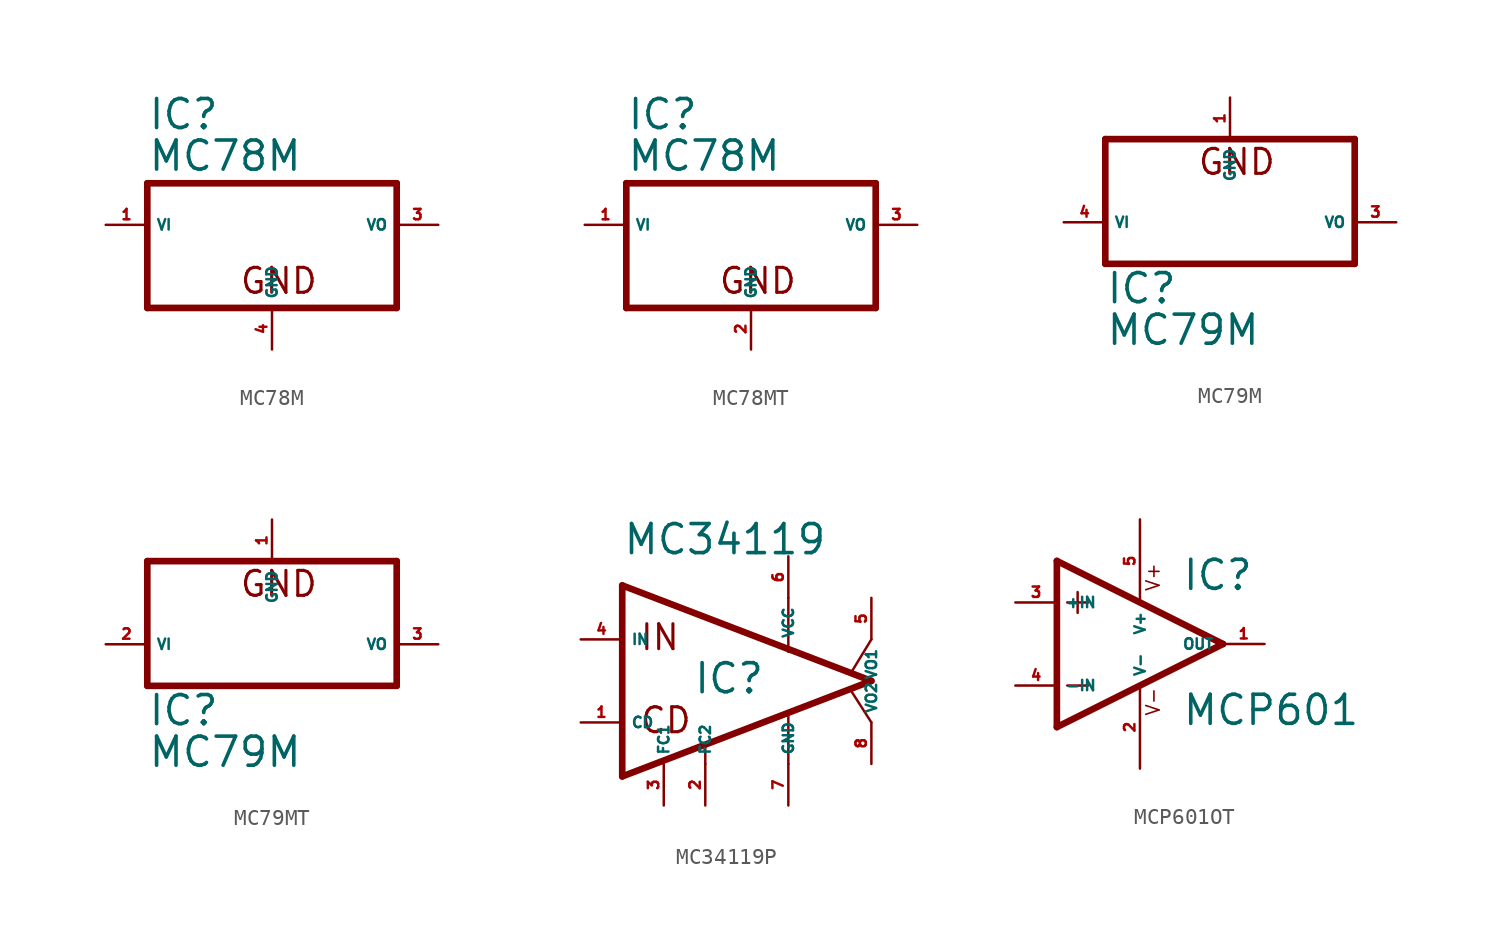
<source format=kicad_sym>
(kicad_symbol_lib
  (version 20220914)
  (generator Eagle2Kicad)
  (symbol "MC78M"
    (property "Reference" "IC"
      (at -7.62 5.715 0)
      (effects (font (size 1.778 1.778) (thickness 0.22)) (justify left bottom)))
    (property "Value" "MC78M"
      (at -7.62 3.175 0)
      (effects (font (size 1.778 1.778) (thickness 0.22)) (justify left bottom)))
    (polyline
      (pts (xy -7.62 -5.08) (xy 7.62 -5.08))
      (stroke (width 0.406) (type default))
      (fill (type none)))
    (polyline
      (pts (xy 7.62 -5.08) (xy 7.62 2.54))
      (stroke (width 0.406) (type default))
      (fill (type none)))
    (polyline
      (pts (xy 7.62 2.54) (xy -7.62 2.54))
      (stroke (width 0.406) (type default))
      (fill (type none)))
    (polyline
      (pts (xy -7.62 2.54) (xy -7.62 -5.08))
      (stroke (width 0.406) (type default))
      (fill (type none)))
    (text "GND"
      (at -2.032 -4.318 0)
      (effects (font (size 1.524 1.524) (thickness 0.19)) (justify left bottom)))
    (pin input line
      (at -10.16 0 0)
      (length 2.54)
      (name "VI" (effects (font (size 0.635 0.635) (thickness 0.08)) (justify left bottom)))
      (number "1" (effects (font (size 0.635 0.635) (thickness 0.08)) (justify left bottom))))
    (pin passive line
      (at 0 -7.62 90)
      (length 2.54)
      (name "GND" (effects (font (size 0.635 0.635) (thickness 0.08)) (justify left bottom)))
      (number "4" (effects (font (size 0.635 0.635) (thickness 0.08)) (justify left bottom))))
    (pin passive line
      (at 10.16 0 180)
      (length 2.54)
      (name "VO" (effects (font (size 0.635 0.635) (thickness 0.08)) (justify left bottom)))
      (number "3" (effects (font (size 0.635 0.635) (thickness 0.08)) (justify left bottom)))))
  (symbol "MC78MT"
    (property "Reference" "IC"
      (at -7.62 5.715 0)
      (effects (font (size 1.778 1.778) (thickness 0.22)) (justify left bottom)))
    (property "Value" "MC78M"
      (at -7.62 3.175 0)
      (effects (font (size 1.778 1.778) (thickness 0.22)) (justify left bottom)))
    (polyline
      (pts (xy -7.62 -5.08) (xy 7.62 -5.08))
      (stroke (width 0.406) (type default))
      (fill (type none)))
    (polyline
      (pts (xy 7.62 -5.08) (xy 7.62 2.54))
      (stroke (width 0.406) (type default))
      (fill (type none)))
    (polyline
      (pts (xy 7.62 2.54) (xy -7.62 2.54))
      (stroke (width 0.406) (type default))
      (fill (type none)))
    (polyline
      (pts (xy -7.62 2.54) (xy -7.62 -5.08))
      (stroke (width 0.406) (type default))
      (fill (type none)))
    (text "GND"
      (at -2.032 -4.318 0)
      (effects (font (size 1.524 1.524) (thickness 0.19)) (justify left bottom)))
    (pin input line
      (at -10.16 0 0)
      (length 2.54)
      (name "VI" (effects (font (size 0.635 0.635) (thickness 0.08)) (justify left bottom)))
      (number "1" (effects (font (size 0.635 0.635) (thickness 0.08)) (justify left bottom))))
    (pin passive line
      (at 0 -7.62 90)
      (length 2.54)
      (name "GND" (effects (font (size 0.635 0.635) (thickness 0.08)) (justify left bottom)))
      (number "2" (effects (font (size 0.635 0.635) (thickness 0.08)) (justify left bottom))))
    (pin passive line
      (at 10.16 0 180)
      (length 2.54)
      (name "VO" (effects (font (size 0.635 0.635) (thickness 0.08)) (justify left bottom)))
      (number "3" (effects (font (size 0.635 0.635) (thickness 0.08)) (justify left bottom)))))
  (symbol "MC79M"
    (property "Reference" "IC"
      (at -7.62 -7.62 0)
      (effects (font (size 1.778 1.778) (thickness 0.22)) (justify left bottom)))
    (property "Value" "MC79M"
      (at -7.62 -10.16 0)
      (effects (font (size 1.778 1.778) (thickness 0.22)) (justify left bottom)))
    (polyline
      (pts (xy -7.62 -5.08) (xy 7.62 -5.08))
      (stroke (width 0.406) (type default))
      (fill (type none)))
    (polyline
      (pts (xy 7.62 -5.08) (xy 7.62 2.54))
      (stroke (width 0.406) (type default))
      (fill (type none)))
    (polyline
      (pts (xy 7.62 2.54) (xy -7.62 2.54))
      (stroke (width 0.406) (type default))
      (fill (type none)))
    (polyline
      (pts (xy -7.62 2.54) (xy -7.62 -5.08))
      (stroke (width 0.406) (type default))
      (fill (type none)))
    (text "GND"
      (at -2.032 0.254 0)
      (effects (font (size 1.524 1.524) (thickness 0.19)) (justify left bottom)))
    (pin input line
      (at -10.16 -2.54 0)
      (length 2.54)
      (name "VI" (effects (font (size 0.635 0.635) (thickness 0.08)) (justify left bottom)))
      (number "4" (effects (font (size 0.635 0.635) (thickness 0.08)) (justify left bottom))))
    (pin passive line
      (at 0 5.08 270)
      (length 2.54)
      (name "GND" (effects (font (size 0.635 0.635) (thickness 0.08)) (justify left bottom)))
      (number "1" (effects (font (size 0.635 0.635) (thickness 0.08)) (justify left bottom))))
    (pin passive line
      (at 10.16 -2.54 180)
      (length 2.54)
      (name "VO" (effects (font (size 0.635 0.635) (thickness 0.08)) (justify left bottom)))
      (number "3" (effects (font (size 0.635 0.635) (thickness 0.08)) (justify left bottom)))))
  (symbol "MC79MT"
    (property "Reference" "IC"
      (at -7.62 -7.62 0)
      (effects (font (size 1.778 1.778) (thickness 0.22)) (justify left bottom)))
    (property "Value" "MC79M"
      (at -7.62 -10.16 0)
      (effects (font (size 1.778 1.778) (thickness 0.22)) (justify left bottom)))
    (polyline
      (pts (xy -7.62 -5.08) (xy 7.62 -5.08))
      (stroke (width 0.406) (type default))
      (fill (type none)))
    (polyline
      (pts (xy 7.62 -5.08) (xy 7.62 2.54))
      (stroke (width 0.406) (type default))
      (fill (type none)))
    (polyline
      (pts (xy 7.62 2.54) (xy -7.62 2.54))
      (stroke (width 0.406) (type default))
      (fill (type none)))
    (polyline
      (pts (xy -7.62 2.54) (xy -7.62 -5.08))
      (stroke (width 0.406) (type default))
      (fill (type none)))
    (text "GND"
      (at -2.032 0.254 0)
      (effects (font (size 1.524 1.524) (thickness 0.19)) (justify left bottom)))
    (pin input line
      (at -10.16 -2.54 0)
      (length 2.54)
      (name "VI" (effects (font (size 0.635 0.635) (thickness 0.08)) (justify left bottom)))
      (number "2" (effects (font (size 0.635 0.635) (thickness 0.08)) (justify left bottom))))
    (pin passive line
      (at 0 5.08 270)
      (length 2.54)
      (name "GND" (effects (font (size 0.635 0.635) (thickness 0.08)) (justify left bottom)))
      (number "1" (effects (font (size 0.635 0.635) (thickness 0.08)) (justify left bottom))))
    (pin passive line
      (at 10.16 -2.54 180)
      (length 2.54)
      (name "VO" (effects (font (size 0.635 0.635) (thickness 0.08)) (justify left bottom)))
      (number "3" (effects (font (size 0.635 0.635) (thickness 0.08)) (justify left bottom)))))
  (symbol "MC34119P"
    (property "Reference" "IC"
      (at -3.302 -0.889 0)
      (effects (font (size 1.778 1.778) (thickness 0.22)) (justify left bottom)))
    (property "Value" "MC34119"
      (at -7.62 7.62 0)
      (effects (font (size 1.778 1.778) (thickness 0.22)) (justify left bottom)))
    (polyline
      (pts (xy -7.62 5.842) (xy -7.62 -5.842))
      (stroke (width 0.406) (type default))
      (fill (type none)))
    (polyline
      (pts (xy -7.62 5.842) (xy 7.62 0))
      (stroke (width 0.406) (type default))
      (fill (type none)))
    (polyline
      (pts (xy -2.54 -3.886) (xy -2.54 -5.08))
      (stroke (width 0.152) (type default))
      (fill (type none)))
    (polyline
      (pts (xy -7.62 -5.842) (xy 7.62 0))
      (stroke (width 0.406) (type default))
      (fill (type none)))
    (polyline
      (pts (xy 2.54 -1.854) (xy 2.54 -5.08))
      (stroke (width 0.152) (type default))
      (fill (type none)))
    (polyline
      (pts (xy 7.62 2.54) (xy 6.35 0.457))
      (stroke (width 0.152) (type default))
      (fill (type none)))
    (polyline
      (pts (xy 7.62 -2.54) (xy 6.35 -0.559))
      (stroke (width 0.152) (type default))
      (fill (type none)))
    (polyline
      (pts (xy 2.54 5.08) (xy 2.54 1.778))
      (stroke (width 0.152) (type default))
      (fill (type none)))
    (text "IN"
      (at -6.604 1.778 0)
      (effects (font (size 1.524 1.524) (thickness 0.19)) (justify left bottom)))
    (text "CD"
      (at -6.604 -3.302 0)
      (effects (font (size 1.524 1.524) (thickness 0.19)) (justify left bottom)))
    (pin passive line
      (at -10.16 -2.54 0)
      (length 2.54)
      (name "CD" (effects (font (size 0.635 0.635) (thickness 0.08)) (justify left bottom)))
      (number "1" (effects (font (size 0.635 0.635) (thickness 0.08)) (justify left bottom))))
    (pin passive line
      (at -5.08 -7.62 90)
      (length 2.54)
      (name "FC1" (effects (font (size 0.635 0.635) (thickness 0.08)) (justify left bottom)))
      (number "3" (effects (font (size 0.635 0.635) (thickness 0.08)) (justify left bottom))))
    (pin passive line
      (at -2.54 -7.62 90)
      (length 2.54)
      (name "FC2" (effects (font (size 0.635 0.635) (thickness 0.08)) (justify left bottom)))
      (number "2" (effects (font (size 0.635 0.635) (thickness 0.08)) (justify left bottom))))
    (pin unspecified line
      (at 2.54 -7.62 90)
      (length 2.54)
      (name "GND" (effects (font (size 0.635 0.635) (thickness 0.08)) (justify left bottom)))
      (number "7" (effects (font (size 0.635 0.635) (thickness 0.08)) (justify left bottom))))
    (pin input line
      (at -10.16 2.54 0)
      (length 2.54)
      (name "IN" (effects (font (size 0.635 0.635) (thickness 0.08)) (justify left bottom)))
      (number "4" (effects (font (size 0.635 0.635) (thickness 0.08)) (justify left bottom))))
    (pin unspecified line
      (at 2.54 7.62 270)
      (length 2.54)
      (name "VCC" (effects (font (size 0.635 0.635) (thickness 0.08)) (justify left bottom)))
      (number "6" (effects (font (size 0.635 0.635) (thickness 0.08)) (justify left bottom))))
    (pin output line
      (at 7.62 5.08 270)
      (length 2.54)
      (name "VO1" (effects (font (size 0.635 0.635) (thickness 0.08)) (justify left bottom)))
      (number "5" (effects (font (size 0.635 0.635) (thickness 0.08)) (justify left bottom))))
    (pin output line
      (at 7.62 -5.08 90)
      (length 2.54)
      (name "VO2" (effects (font (size 0.635 0.635) (thickness 0.08)) (justify left bottom)))
      (number "8" (effects (font (size 0.635 0.635) (thickness 0.08)) (justify left bottom)))))
  (symbol "MCP601OT"
    (property "Reference" "IC"
      (at 2.54 3.175 0)
      (effects (font (size 1.778 1.778) (thickness 0.22)) (justify left bottom)))
    (property "Value" "MCP601"
      (at 2.54 -5.08 0)
      (effects (font (size 1.778 1.778) (thickness 0.22)) (justify left bottom)))
    (polyline
      (pts (xy -5.08 5.08) (xy -5.08 -5.08))
      (stroke (width 0.406) (type default))
      (fill (type none)))
    (polyline
      (pts (xy -5.08 -5.08) (xy 5.08 0))
      (stroke (width 0.406) (type default))
      (fill (type none)))
    (polyline
      (pts (xy 5.08 0) (xy -5.08 5.08))
      (stroke (width 0.406) (type default))
      (fill (type none)))
    (polyline
      (pts (xy -3.81 3.175) (xy -3.81 1.905))
      (stroke (width 0.152) (type default))
      (fill (type none)))
    (polyline
      (pts (xy -4.445 2.54) (xy -3.175 2.54))
      (stroke (width 0.152) (type default))
      (fill (type none)))
    (polyline
      (pts (xy -4.445 -2.54) (xy -3.175 -2.54))
      (stroke (width 0.152) (type default))
      (fill (type none)))
    (text "V+"
      (at 1.27 3.175 900)
      (effects (font (size 0.813 0.813) (thickness 0.10)) (justify left bottom)))
    (text "V-"
      (at 1.27 -4.445 900)
      (effects (font (size 0.813 0.813) (thickness 0.10)) (justify left bottom)))
    (pin input line
      (at -7.62 -2.54 0)
      (length 2.54)
      (name "-IN" (effects (font (size 0.635 0.635) (thickness 0.08)) (justify left bottom)))
      (number "4" (effects (font (size 0.635 0.635) (thickness 0.08)) (justify left bottom))))
    (pin input line
      (at -7.62 2.54 0)
      (length 2.54)
      (name "+IN" (effects (font (size 0.635 0.635) (thickness 0.08)) (justify left bottom)))
      (number "3" (effects (font (size 0.635 0.635) (thickness 0.08)) (justify left bottom))))
    (pin output line
      (at 7.62 0 180)
      (length 2.54)
      (name "OUT" (effects (font (size 0.635 0.635) (thickness 0.08)) (justify left bottom)))
      (number "1" (effects (font (size 0.635 0.635) (thickness 0.08)) (justify left bottom))))
    (pin unspecified line
      (at 0 7.62 270)
      (length 5.08)
      (name "V+" (effects (font (size 0.635 0.635) (thickness 0.08)) (justify left bottom)))
      (number "5" (effects (font (size 0.635 0.635) (thickness 0.08)) (justify left bottom))))
    (pin unspecified line
      (at 0 -7.62 90)
      (length 5.08)
      (name "V-" (effects (font (size 0.635 0.635) (thickness 0.08)) (justify left bottom)))
      (number "2" (effects (font (size 0.635 0.635) (thickness 0.08)) (justify left bottom))))))
</source>
